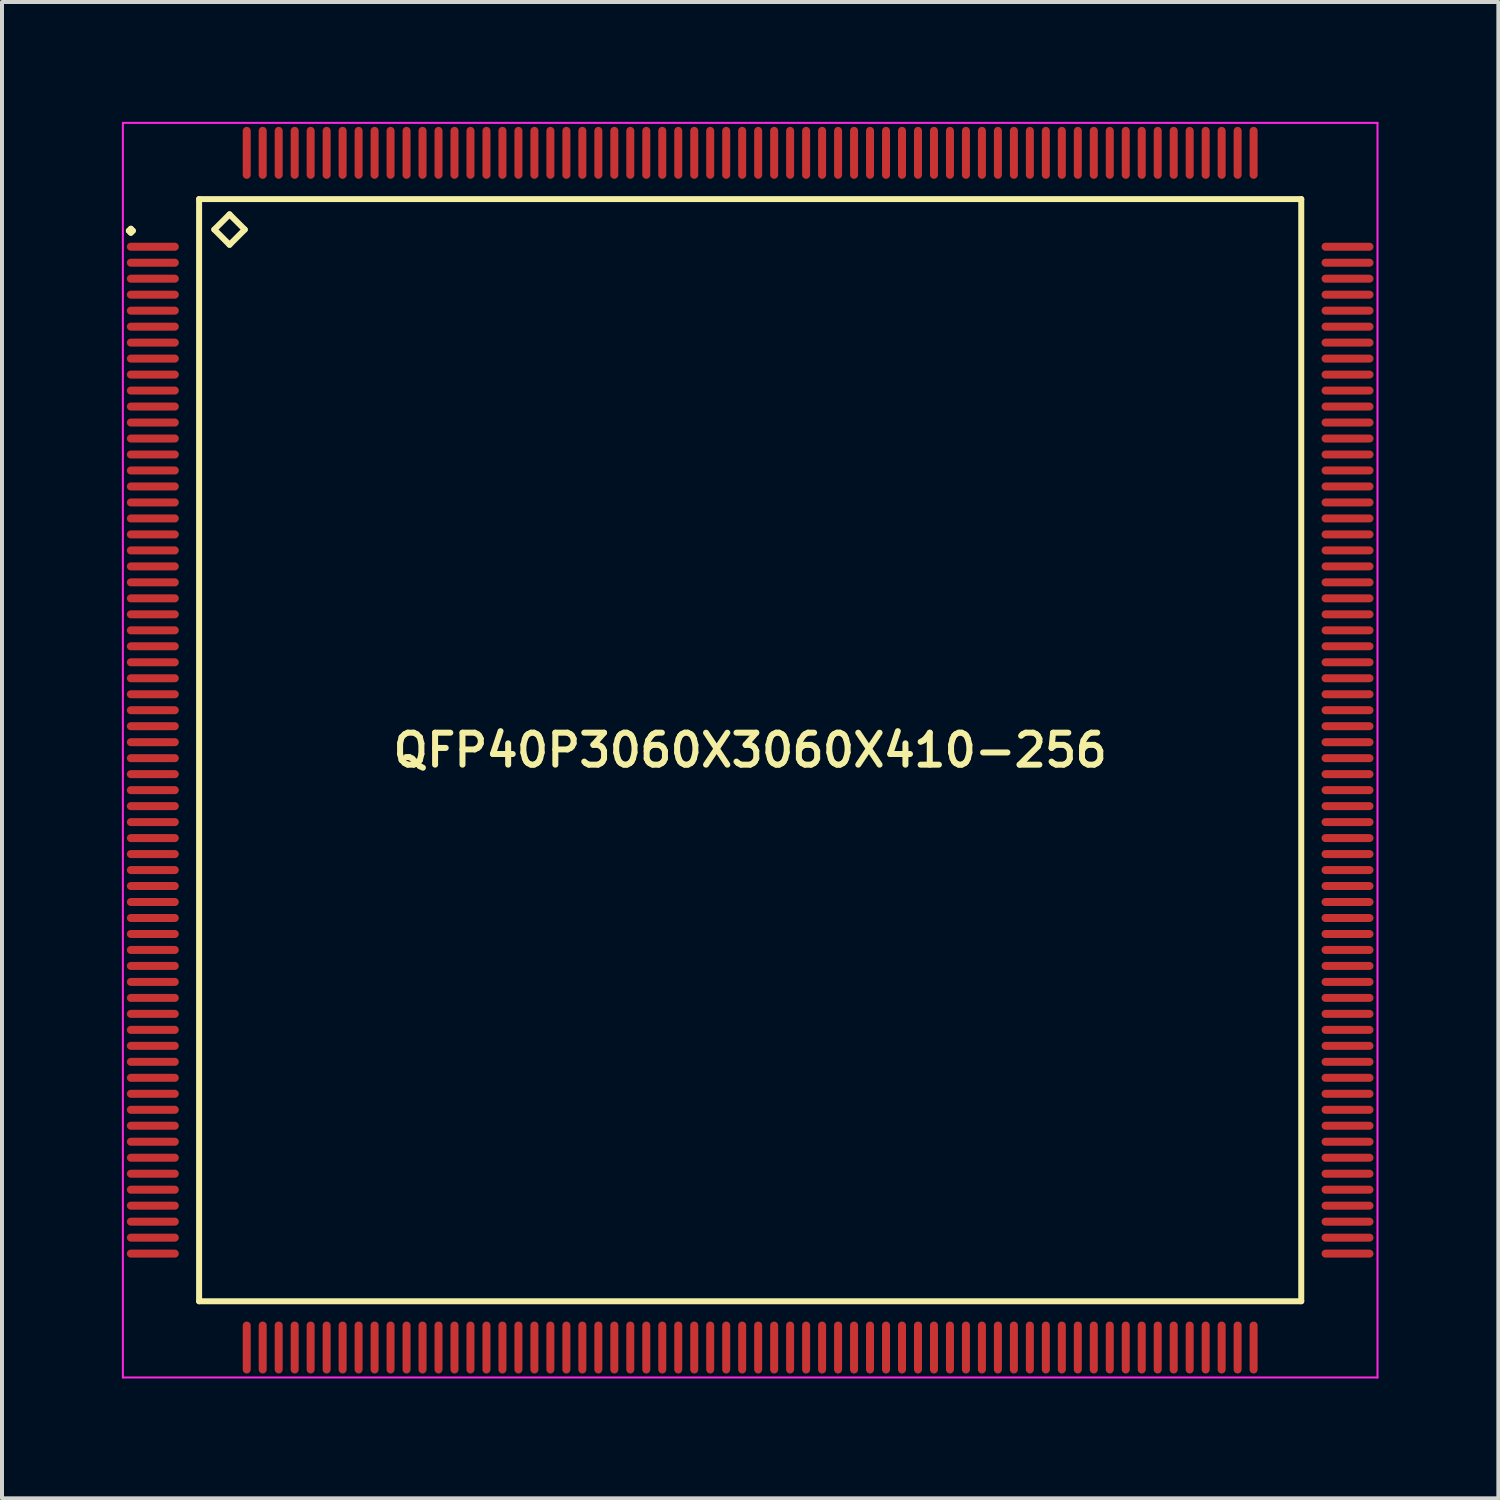
<source format=kicad_pcb>
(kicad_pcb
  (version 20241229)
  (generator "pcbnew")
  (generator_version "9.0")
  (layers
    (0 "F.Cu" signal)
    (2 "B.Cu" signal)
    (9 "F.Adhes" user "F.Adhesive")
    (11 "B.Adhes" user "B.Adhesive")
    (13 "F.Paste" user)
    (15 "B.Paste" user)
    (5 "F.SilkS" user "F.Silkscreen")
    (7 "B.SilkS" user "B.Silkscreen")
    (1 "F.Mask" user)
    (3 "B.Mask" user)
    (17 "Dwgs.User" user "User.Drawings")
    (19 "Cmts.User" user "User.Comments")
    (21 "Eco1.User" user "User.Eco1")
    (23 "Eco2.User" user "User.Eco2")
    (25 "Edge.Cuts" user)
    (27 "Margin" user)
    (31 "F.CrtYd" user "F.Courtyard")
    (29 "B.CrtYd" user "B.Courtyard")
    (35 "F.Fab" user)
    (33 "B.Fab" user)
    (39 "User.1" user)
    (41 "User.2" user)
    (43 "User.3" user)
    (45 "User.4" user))
  (footprint "QFP40P3060X3060X410-256"
    (layer "F.Cu")
    (at 15.725 15.725)
    (property "Reference" "QFP40P3060X3060X410-256" (at 0 0 0) (layer "F.SilkS") (effects (font (size 0.8 0.8) (thickness 0.15))))
    (attr smd)
    (fp_line (start -15.55 -13) (end -15.5 -13.05) (stroke (width 0.15) (type solid)) (layer "F.SilkS"))
    (fp_line (start -15.5 -13.05) (end -15.45 -13) (stroke (width 0.15) (type solid)) (layer "F.SilkS"))
    (fp_line (start -15.5 -12.95) (end -15.55 -13) (stroke (width 0.15) (type solid)) (layer "F.SilkS"))
    (fp_line (start -15.45 -13) (end -15.5 -12.95) (stroke (width 0.15) (type solid)) (layer "F.SilkS"))
    (fp_line (start -13.792 -13.792) (end -13.792 13.792) (stroke (width 0.15) (type solid)) (layer "F.SilkS"))
    (fp_line (start -13.792 13.792) (end 13.792 13.792) (stroke (width 0.15) (type solid)) (layer "F.SilkS"))
    (fp_line (start -13.411 -13.03) (end -13.03 -13.411) (stroke (width 0.15) (type solid)) (layer "F.SilkS"))
    (fp_line (start -13.03 -13.411) (end -12.649 -13.03) (stroke (width 0.15) (type solid)) (layer "F.SilkS"))
    (fp_line (start -13.03 -12.649) (end -13.411 -13.03) (stroke (width 0.15) (type solid)) (layer "F.SilkS"))
    (fp_line (start -12.649 -13.03) (end -13.03 -12.649) (stroke (width 0.15) (type solid)) (layer "F.SilkS"))
    (fp_line (start 13.792 -13.792) (end -13.792 -13.792) (stroke (width 0.15) (type solid)) (layer "F.SilkS"))
    (fp_line (start 13.792 13.792) (end 13.792 -13.792) (stroke (width 0.15) (type solid)) (layer "F.SilkS"))
    (fp_line (start -15.7 -15.7) (end 15.7 -15.7) (stroke (width 0.05) (type solid)) (layer "F.CrtYd"))
    (fp_line (start -15.7 15.7) (end -15.7 -15.7) (stroke (width 0.05) (type solid)) (layer "F.CrtYd"))
    (fp_line (start 15.7 -15.7) (end 15.7 15.7) (stroke (width 0.05) (type solid)) (layer "F.CrtYd"))
    (fp_line (start 15.7 15.7) (end -15.7 15.7) (stroke (width 0.05) (type solid)) (layer "F.CrtYd"))
    (pad "1" smd oval (at -14.95 -12.6) (size 1.3 0.2) (layers "F.Cu" "F.Mask" "F.Paste"))
    (pad "2" smd oval (at -14.95 -12.2) (size 1.3 0.2) (layers "F.Cu" "F.Mask" "F.Paste"))
    (pad "3" smd oval (at -14.95 -11.8) (size 1.3 0.2) (layers "F.Cu" "F.Mask" "F.Paste"))
    (pad "4" smd oval (at -14.95 -11.4) (size 1.3 0.2) (layers "F.Cu" "F.Mask" "F.Paste"))
    (pad "5" smd oval (at -14.95 -11) (size 1.3 0.2) (layers "F.Cu" "F.Mask" "F.Paste"))
    (pad "6" smd oval (at -14.95 -10.6) (size 1.3 0.2) (layers "F.Cu" "F.Mask" "F.Paste"))
    (pad "7" smd oval (at -14.95 -10.2) (size 1.3 0.2) (layers "F.Cu" "F.Mask" "F.Paste"))
    (pad "8" smd oval (at -14.95 -9.8) (size 1.3 0.2) (layers "F.Cu" "F.Mask" "F.Paste"))
    (pad "9" smd oval (at -14.95 -9.4) (size 1.3 0.2) (layers "F.Cu" "F.Mask" "F.Paste"))
    (pad "10" smd oval (at -14.95 -9) (size 1.3 0.2) (layers "F.Cu" "F.Mask" "F.Paste"))
    (pad "11" smd oval (at -14.95 -8.6) (size 1.3 0.2) (layers "F.Cu" "F.Mask" "F.Paste"))
    (pad "12" smd oval (at -14.95 -8.2) (size 1.3 0.2) (layers "F.Cu" "F.Mask" "F.Paste"))
    (pad "13" smd oval (at -14.95 -7.8) (size 1.3 0.2) (layers "F.Cu" "F.Mask" "F.Paste"))
    (pad "14" smd oval (at -14.95 -7.4) (size 1.3 0.2) (layers "F.Cu" "F.Mask" "F.Paste"))
    (pad "15" smd oval (at -14.95 -7) (size 1.3 0.2) (layers "F.Cu" "F.Mask" "F.Paste"))
    (pad "16" smd oval (at -14.95 -6.6) (size 1.3 0.2) (layers "F.Cu" "F.Mask" "F.Paste"))
    (pad "17" smd oval (at -14.95 -6.2) (size 1.3 0.2) (layers "F.Cu" "F.Mask" "F.Paste"))
    (pad "18" smd oval (at -14.95 -5.8) (size 1.3 0.2) (layers "F.Cu" "F.Mask" "F.Paste"))
    (pad "19" smd oval (at -14.95 -5.4) (size 1.3 0.2) (layers "F.Cu" "F.Mask" "F.Paste"))
    (pad "20" smd oval (at -14.95 -5) (size 1.3 0.2) (layers "F.Cu" "F.Mask" "F.Paste"))
    (pad "21" smd oval (at -14.95 -4.6) (size 1.3 0.2) (layers "F.Cu" "F.Mask" "F.Paste"))
    (pad "22" smd oval (at -14.95 -4.2) (size 1.3 0.2) (layers "F.Cu" "F.Mask" "F.Paste"))
    (pad "23" smd oval (at -14.95 -3.8) (size 1.3 0.2) (layers "F.Cu" "F.Mask" "F.Paste"))
    (pad "24" smd oval (at -14.95 -3.4) (size 1.3 0.2) (layers "F.Cu" "F.Mask" "F.Paste"))
    (pad "25" smd oval (at -14.95 -3) (size 1.3 0.2) (layers "F.Cu" "F.Mask" "F.Paste"))
    (pad "26" smd oval (at -14.95 -2.6) (size 1.3 0.2) (layers "F.Cu" "F.Mask" "F.Paste"))
    (pad "27" smd oval (at -14.95 -2.2) (size 1.3 0.2) (layers "F.Cu" "F.Mask" "F.Paste"))
    (pad "28" smd oval (at -14.95 -1.8) (size 1.3 0.2) (layers "F.Cu" "F.Mask" "F.Paste"))
    (pad "29" smd oval (at -14.95 -1.4) (size 1.3 0.2) (layers "F.Cu" "F.Mask" "F.Paste"))
    (pad "30" smd oval (at -14.95 -1) (size 1.3 0.2) (layers "F.Cu" "F.Mask" "F.Paste"))
    (pad "31" smd oval (at -14.95 -0.6) (size 1.3 0.2) (layers "F.Cu" "F.Mask" "F.Paste"))
    (pad "32" smd oval (at -14.95 -0.2) (size 1.3 0.2) (layers "F.Cu" "F.Mask" "F.Paste"))
    (pad "33" smd oval (at -14.95 0.2) (size 1.3 0.2) (layers "F.Cu" "F.Mask" "F.Paste"))
    (pad "34" smd oval (at -14.95 0.6) (size 1.3 0.2) (layers "F.Cu" "F.Mask" "F.Paste"))
    (pad "35" smd oval (at -14.95 1) (size 1.3 0.2) (layers "F.Cu" "F.Mask" "F.Paste"))
    (pad "36" smd oval (at -14.95 1.4) (size 1.3 0.2) (layers "F.Cu" "F.Mask" "F.Paste"))
    (pad "37" smd oval (at -14.95 1.8) (size 1.3 0.2) (layers "F.Cu" "F.Mask" "F.Paste"))
    (pad "38" smd oval (at -14.95 2.2) (size 1.3 0.2) (layers "F.Cu" "F.Mask" "F.Paste"))
    (pad "39" smd oval (at -14.95 2.6) (size 1.3 0.2) (layers "F.Cu" "F.Mask" "F.Paste"))
    (pad "40" smd oval (at -14.95 3) (size 1.3 0.2) (layers "F.Cu" "F.Mask" "F.Paste"))
    (pad "41" smd oval (at -14.95 3.4) (size 1.3 0.2) (layers "F.Cu" "F.Mask" "F.Paste"))
    (pad "42" smd oval (at -14.95 3.8) (size 1.3 0.2) (layers "F.Cu" "F.Mask" "F.Paste"))
    (pad "43" smd oval (at -14.95 4.2) (size 1.3 0.2) (layers "F.Cu" "F.Mask" "F.Paste"))
    (pad "44" smd oval (at -14.95 4.6) (size 1.3 0.2) (layers "F.Cu" "F.Mask" "F.Paste"))
    (pad "45" smd oval (at -14.95 5) (size 1.3 0.2) (layers "F.Cu" "F.Mask" "F.Paste"))
    (pad "46" smd oval (at -14.95 5.4) (size 1.3 0.2) (layers "F.Cu" "F.Mask" "F.Paste"))
    (pad "47" smd oval (at -14.95 5.8) (size 1.3 0.2) (layers "F.Cu" "F.Mask" "F.Paste"))
    (pad "48" smd oval (at -14.95 6.2) (size 1.3 0.2) (layers "F.Cu" "F.Mask" "F.Paste"))
    (pad "49" smd oval (at -14.95 6.6) (size 1.3 0.2) (layers "F.Cu" "F.Mask" "F.Paste"))
    (pad "50" smd oval (at -14.95 7) (size 1.3 0.2) (layers "F.Cu" "F.Mask" "F.Paste"))
    (pad "51" smd oval (at -14.95 7.4) (size 1.3 0.2) (layers "F.Cu" "F.Mask" "F.Paste"))
    (pad "52" smd oval (at -14.95 7.8) (size 1.3 0.2) (layers "F.Cu" "F.Mask" "F.Paste"))
    (pad "53" smd oval (at -14.95 8.2) (size 1.3 0.2) (layers "F.Cu" "F.Mask" "F.Paste"))
    (pad "54" smd oval (at -14.95 8.6) (size 1.3 0.2) (layers "F.Cu" "F.Mask" "F.Paste"))
    (pad "55" smd oval (at -14.95 9) (size 1.3 0.2) (layers "F.Cu" "F.Mask" "F.Paste"))
    (pad "56" smd oval (at -14.95 9.4) (size 1.3 0.2) (layers "F.Cu" "F.Mask" "F.Paste"))
    (pad "57" smd oval (at -14.95 9.8) (size 1.3 0.2) (layers "F.Cu" "F.Mask" "F.Paste"))
    (pad "58" smd oval (at -14.95 10.2) (size 1.3 0.2) (layers "F.Cu" "F.Mask" "F.Paste"))
    (pad "59" smd oval (at -14.95 10.6) (size 1.3 0.2) (layers "F.Cu" "F.Mask" "F.Paste"))
    (pad "60" smd oval (at -14.95 11) (size 1.3 0.2) (layers "F.Cu" "F.Mask" "F.Paste"))
    (pad "61" smd oval (at -14.95 11.4) (size 1.3 0.2) (layers "F.Cu" "F.Mask" "F.Paste"))
    (pad "62" smd oval (at -14.95 11.8) (size 1.3 0.2) (layers "F.Cu" "F.Mask" "F.Paste"))
    (pad "63" smd oval (at -14.95 12.2) (size 1.3 0.2) (layers "F.Cu" "F.Mask" "F.Paste"))
    (pad "64" smd oval (at -14.95 12.6) (size 1.3 0.2) (layers "F.Cu" "F.Mask" "F.Paste"))
    (pad "65" smd oval (at -12.6 14.95) (size 0.2 1.3) (layers "F.Cu" "F.Mask" "F.Paste"))
    (pad "66" smd oval (at -12.2 14.95) (size 0.2 1.3) (layers "F.Cu" "F.Mask" "F.Paste"))
    (pad "67" smd oval (at -11.8 14.95) (size 0.2 1.3) (layers "F.Cu" "F.Mask" "F.Paste"))
    (pad "68" smd oval (at -11.4 14.95) (size 0.2 1.3) (layers "F.Cu" "F.Mask" "F.Paste"))
    (pad "69" smd oval (at -11 14.95) (size 0.2 1.3) (layers "F.Cu" "F.Mask" "F.Paste"))
    (pad "70" smd oval (at -10.6 14.95) (size 0.2 1.3) (layers "F.Cu" "F.Mask" "F.Paste"))
    (pad "71" smd oval (at -10.2 14.95) (size 0.2 1.3) (layers "F.Cu" "F.Mask" "F.Paste"))
    (pad "72" smd oval (at -9.8 14.95) (size 0.2 1.3) (layers "F.Cu" "F.Mask" "F.Paste"))
    (pad "73" smd oval (at -9.4 14.95) (size 0.2 1.3) (layers "F.Cu" "F.Mask" "F.Paste"))
    (pad "74" smd oval (at -9 14.95) (size 0.2 1.3) (layers "F.Cu" "F.Mask" "F.Paste"))
    (pad "75" smd oval (at -8.6 14.95) (size 0.2 1.3) (layers "F.Cu" "F.Mask" "F.Paste"))
    (pad "76" smd oval (at -8.2 14.95) (size 0.2 1.3) (layers "F.Cu" "F.Mask" "F.Paste"))
    (pad "77" smd oval (at -7.8 14.95) (size 0.2 1.3) (layers "F.Cu" "F.Mask" "F.Paste"))
    (pad "78" smd oval (at -7.4 14.95) (size 0.2 1.3) (layers "F.Cu" "F.Mask" "F.Paste"))
    (pad "79" smd oval (at -7 14.95) (size 0.2 1.3) (layers "F.Cu" "F.Mask" "F.Paste"))
    (pad "80" smd oval (at -6.6 14.95) (size 0.2 1.3) (layers "F.Cu" "F.Mask" "F.Paste"))
    (pad "81" smd oval (at -6.2 14.95) (size 0.2 1.3) (layers "F.Cu" "F.Mask" "F.Paste"))
    (pad "82" smd oval (at -5.8 14.95) (size 0.2 1.3) (layers "F.Cu" "F.Mask" "F.Paste"))
    (pad "83" smd oval (at -5.4 14.95) (size 0.2 1.3) (layers "F.Cu" "F.Mask" "F.Paste"))
    (pad "84" smd oval (at -5 14.95) (size 0.2 1.3) (layers "F.Cu" "F.Mask" "F.Paste"))
    (pad "85" smd oval (at -4.6 14.95) (size 0.2 1.3) (layers "F.Cu" "F.Mask" "F.Paste"))
    (pad "86" smd oval (at -4.2 14.95) (size 0.2 1.3) (layers "F.Cu" "F.Mask" "F.Paste"))
    (pad "87" smd oval (at -3.8 14.95) (size 0.2 1.3) (layers "F.Cu" "F.Mask" "F.Paste"))
    (pad "88" smd oval (at -3.4 14.95) (size 0.2 1.3) (layers "F.Cu" "F.Mask" "F.Paste"))
    (pad "89" smd oval (at -3 14.95) (size 0.2 1.3) (layers "F.Cu" "F.Mask" "F.Paste"))
    (pad "90" smd oval (at -2.6 14.95) (size 0.2 1.3) (layers "F.Cu" "F.Mask" "F.Paste"))
    (pad "91" smd oval (at -2.2 14.95) (size 0.2 1.3) (layers "F.Cu" "F.Mask" "F.Paste"))
    (pad "92" smd oval (at -1.8 14.95) (size 0.2 1.3) (layers "F.Cu" "F.Mask" "F.Paste"))
    (pad "93" smd oval (at -1.4 14.95) (size 0.2 1.3) (layers "F.Cu" "F.Mask" "F.Paste"))
    (pad "94" smd oval (at -1 14.95) (size 0.2 1.3) (layers "F.Cu" "F.Mask" "F.Paste"))
    (pad "95" smd oval (at -0.6 14.95) (size 0.2 1.3) (layers "F.Cu" "F.Mask" "F.Paste"))
    (pad "96" smd oval (at -0.2 14.95) (size 0.2 1.3) (layers "F.Cu" "F.Mask" "F.Paste"))
    (pad "97" smd oval (at 0.2 14.95) (size 0.2 1.3) (layers "F.Cu" "F.Mask" "F.Paste"))
    (pad "98" smd oval (at 0.6 14.95) (size 0.2 1.3) (layers "F.Cu" "F.Mask" "F.Paste"))
    (pad "99" smd oval (at 1 14.95) (size 0.2 1.3) (layers "F.Cu" "F.Mask" "F.Paste"))
    (pad "100" smd oval (at 1.4 14.95) (size 0.2 1.3) (layers "F.Cu" "F.Mask" "F.Paste"))
    (pad "101" smd oval (at 1.8 14.95) (size 0.2 1.3) (layers "F.Cu" "F.Mask" "F.Paste"))
    (pad "102" smd oval (at 2.2 14.95) (size 0.2 1.3) (layers "F.Cu" "F.Mask" "F.Paste"))
    (pad "103" smd oval (at 2.6 14.95) (size 0.2 1.3) (layers "F.Cu" "F.Mask" "F.Paste"))
    (pad "104" smd oval (at 3 14.95) (size 0.2 1.3) (layers "F.Cu" "F.Mask" "F.Paste"))
    (pad "105" smd oval (at 3.4 14.95) (size 0.2 1.3) (layers "F.Cu" "F.Mask" "F.Paste"))
    (pad "106" smd oval (at 3.8 14.95) (size 0.2 1.3) (layers "F.Cu" "F.Mask" "F.Paste"))
    (pad "107" smd oval (at 4.2 14.95) (size 0.2 1.3) (layers "F.Cu" "F.Mask" "F.Paste"))
    (pad "108" smd oval (at 4.6 14.95) (size 0.2 1.3) (layers "F.Cu" "F.Mask" "F.Paste"))
    (pad "109" smd oval (at 5 14.95) (size 0.2 1.3) (layers "F.Cu" "F.Mask" "F.Paste"))
    (pad "110" smd oval (at 5.4 14.95) (size 0.2 1.3) (layers "F.Cu" "F.Mask" "F.Paste"))
    (pad "111" smd oval (at 5.8 14.95) (size 0.2 1.3) (layers "F.Cu" "F.Mask" "F.Paste"))
    (pad "112" smd oval (at 6.2 14.95) (size 0.2 1.3) (layers "F.Cu" "F.Mask" "F.Paste"))
    (pad "113" smd oval (at 6.6 14.95) (size 0.2 1.3) (layers "F.Cu" "F.Mask" "F.Paste"))
    (pad "114" smd oval (at 7 14.95) (size 0.2 1.3) (layers "F.Cu" "F.Mask" "F.Paste"))
    (pad "115" smd oval (at 7.4 14.95) (size 0.2 1.3) (layers "F.Cu" "F.Mask" "F.Paste"))
    (pad "116" smd oval (at 7.8 14.95) (size 0.2 1.3) (layers "F.Cu" "F.Mask" "F.Paste"))
    (pad "117" smd oval (at 8.2 14.95) (size 0.2 1.3) (layers "F.Cu" "F.Mask" "F.Paste"))
    (pad "118" smd oval (at 8.6 14.95) (size 0.2 1.3) (layers "F.Cu" "F.Mask" "F.Paste"))
    (pad "119" smd oval (at 9 14.95) (size 0.2 1.3) (layers "F.Cu" "F.Mask" "F.Paste"))
    (pad "120" smd oval (at 9.4 14.95) (size 0.2 1.3) (layers "F.Cu" "F.Mask" "F.Paste"))
    (pad "121" smd oval (at 9.8 14.95) (size 0.2 1.3) (layers "F.Cu" "F.Mask" "F.Paste"))
    (pad "122" smd oval (at 10.2 14.95) (size 0.2 1.3) (layers "F.Cu" "F.Mask" "F.Paste"))
    (pad "123" smd oval (at 10.6 14.95) (size 0.2 1.3) (layers "F.Cu" "F.Mask" "F.Paste"))
    (pad "124" smd oval (at 11 14.95) (size 0.2 1.3) (layers "F.Cu" "F.Mask" "F.Paste"))
    (pad "125" smd oval (at 11.4 14.95) (size 0.2 1.3) (layers "F.Cu" "F.Mask" "F.Paste"))
    (pad "126" smd oval (at 11.8 14.95) (size 0.2 1.3) (layers "F.Cu" "F.Mask" "F.Paste"))
    (pad "127" smd oval (at 12.2 14.95) (size 0.2 1.3) (layers "F.Cu" "F.Mask" "F.Paste"))
    (pad "128" smd oval (at 12.6 14.95) (size 0.2 1.3) (layers "F.Cu" "F.Mask" "F.Paste"))
    (pad "129" smd oval (at 14.95 12.6) (size 1.3 0.2) (layers "F.Cu" "F.Mask" "F.Paste"))
    (pad "130" smd oval (at 14.95 12.2) (size 1.3 0.2) (layers "F.Cu" "F.Mask" "F.Paste"))
    (pad "131" smd oval (at 14.95 11.8) (size 1.3 0.2) (layers "F.Cu" "F.Mask" "F.Paste"))
    (pad "132" smd oval (at 14.95 11.4) (size 1.3 0.2) (layers "F.Cu" "F.Mask" "F.Paste"))
    (pad "133" smd oval (at 14.95 11) (size 1.3 0.2) (layers "F.Cu" "F.Mask" "F.Paste"))
    (pad "134" smd oval (at 14.95 10.6) (size 1.3 0.2) (layers "F.Cu" "F.Mask" "F.Paste"))
    (pad "135" smd oval (at 14.95 10.2) (size 1.3 0.2) (layers "F.Cu" "F.Mask" "F.Paste"))
    (pad "136" smd oval (at 14.95 9.8) (size 1.3 0.2) (layers "F.Cu" "F.Mask" "F.Paste"))
    (pad "137" smd oval (at 14.95 9.4) (size 1.3 0.2) (layers "F.Cu" "F.Mask" "F.Paste"))
    (pad "138" smd oval (at 14.95 9) (size 1.3 0.2) (layers "F.Cu" "F.Mask" "F.Paste"))
    (pad "139" smd oval (at 14.95 8.6) (size 1.3 0.2) (layers "F.Cu" "F.Mask" "F.Paste"))
    (pad "140" smd oval (at 14.95 8.2) (size 1.3 0.2) (layers "F.Cu" "F.Mask" "F.Paste"))
    (pad "141" smd oval (at 14.95 7.8) (size 1.3 0.2) (layers "F.Cu" "F.Mask" "F.Paste"))
    (pad "142" smd oval (at 14.95 7.4) (size 1.3 0.2) (layers "F.Cu" "F.Mask" "F.Paste"))
    (pad "143" smd oval (at 14.95 7) (size 1.3 0.2) (layers "F.Cu" "F.Mask" "F.Paste"))
    (pad "144" smd oval (at 14.95 6.6) (size 1.3 0.2) (layers "F.Cu" "F.Mask" "F.Paste"))
    (pad "145" smd oval (at 14.95 6.2) (size 1.3 0.2) (layers "F.Cu" "F.Mask" "F.Paste"))
    (pad "146" smd oval (at 14.95 5.8) (size 1.3 0.2) (layers "F.Cu" "F.Mask" "F.Paste"))
    (pad "147" smd oval (at 14.95 5.4) (size 1.3 0.2) (layers "F.Cu" "F.Mask" "F.Paste"))
    (pad "148" smd oval (at 14.95 5) (size 1.3 0.2) (layers "F.Cu" "F.Mask" "F.Paste"))
    (pad "149" smd oval (at 14.95 4.6) (size 1.3 0.2) (layers "F.Cu" "F.Mask" "F.Paste"))
    (pad "150" smd oval (at 14.95 4.2) (size 1.3 0.2) (layers "F.Cu" "F.Mask" "F.Paste"))
    (pad "151" smd oval (at 14.95 3.8) (size 1.3 0.2) (layers "F.Cu" "F.Mask" "F.Paste"))
    (pad "152" smd oval (at 14.95 3.4) (size 1.3 0.2) (layers "F.Cu" "F.Mask" "F.Paste"))
    (pad "153" smd oval (at 14.95 3) (size 1.3 0.2) (layers "F.Cu" "F.Mask" "F.Paste"))
    (pad "154" smd oval (at 14.95 2.6) (size 1.3 0.2) (layers "F.Cu" "F.Mask" "F.Paste"))
    (pad "155" smd oval (at 14.95 2.2) (size 1.3 0.2) (layers "F.Cu" "F.Mask" "F.Paste"))
    (pad "156" smd oval (at 14.95 1.8) (size 1.3 0.2) (layers "F.Cu" "F.Mask" "F.Paste"))
    (pad "157" smd oval (at 14.95 1.4) (size 1.3 0.2) (layers "F.Cu" "F.Mask" "F.Paste"))
    (pad "158" smd oval (at 14.95 1) (size 1.3 0.2) (layers "F.Cu" "F.Mask" "F.Paste"))
    (pad "159" smd oval (at 14.95 0.6) (size 1.3 0.2) (layers "F.Cu" "F.Mask" "F.Paste"))
    (pad "160" smd oval (at 14.95 0.2) (size 1.3 0.2) (layers "F.Cu" "F.Mask" "F.Paste"))
    (pad "161" smd oval (at 14.95 -0.2) (size 1.3 0.2) (layers "F.Cu" "F.Mask" "F.Paste"))
    (pad "162" smd oval (at 14.95 -0.6) (size 1.3 0.2) (layers "F.Cu" "F.Mask" "F.Paste"))
    (pad "163" smd oval (at 14.95 -1) (size 1.3 0.2) (layers "F.Cu" "F.Mask" "F.Paste"))
    (pad "164" smd oval (at 14.95 -1.4) (size 1.3 0.2) (layers "F.Cu" "F.Mask" "F.Paste"))
    (pad "165" smd oval (at 14.95 -1.8) (size 1.3 0.2) (layers "F.Cu" "F.Mask" "F.Paste"))
    (pad "166" smd oval (at 14.95 -2.2) (size 1.3 0.2) (layers "F.Cu" "F.Mask" "F.Paste"))
    (pad "167" smd oval (at 14.95 -2.6) (size 1.3 0.2) (layers "F.Cu" "F.Mask" "F.Paste"))
    (pad "168" smd oval (at 14.95 -3) (size 1.3 0.2) (layers "F.Cu" "F.Mask" "F.Paste"))
    (pad "169" smd oval (at 14.95 -3.4) (size 1.3 0.2) (layers "F.Cu" "F.Mask" "F.Paste"))
    (pad "170" smd oval (at 14.95 -3.8) (size 1.3 0.2) (layers "F.Cu" "F.Mask" "F.Paste"))
    (pad "171" smd oval (at 14.95 -4.2) (size 1.3 0.2) (layers "F.Cu" "F.Mask" "F.Paste"))
    (pad "172" smd oval (at 14.95 -4.6) (size 1.3 0.2) (layers "F.Cu" "F.Mask" "F.Paste"))
    (pad "173" smd oval (at 14.95 -5) (size 1.3 0.2) (layers "F.Cu" "F.Mask" "F.Paste"))
    (pad "174" smd oval (at 14.95 -5.4) (size 1.3 0.2) (layers "F.Cu" "F.Mask" "F.Paste"))
    (pad "175" smd oval (at 14.95 -5.8) (size 1.3 0.2) (layers "F.Cu" "F.Mask" "F.Paste"))
    (pad "176" smd oval (at 14.95 -6.2) (size 1.3 0.2) (layers "F.Cu" "F.Mask" "F.Paste"))
    (pad "177" smd oval (at 14.95 -6.6) (size 1.3 0.2) (layers "F.Cu" "F.Mask" "F.Paste"))
    (pad "178" smd oval (at 14.95 -7) (size 1.3 0.2) (layers "F.Cu" "F.Mask" "F.Paste"))
    (pad "179" smd oval (at 14.95 -7.4) (size 1.3 0.2) (layers "F.Cu" "F.Mask" "F.Paste"))
    (pad "180" smd oval (at 14.95 -7.8) (size 1.3 0.2) (layers "F.Cu" "F.Mask" "F.Paste"))
    (pad "181" smd oval (at 14.95 -8.2) (size 1.3 0.2) (layers "F.Cu" "F.Mask" "F.Paste"))
    (pad "182" smd oval (at 14.95 -8.6) (size 1.3 0.2) (layers "F.Cu" "F.Mask" "F.Paste"))
    (pad "183" smd oval (at 14.95 -9) (size 1.3 0.2) (layers "F.Cu" "F.Mask" "F.Paste"))
    (pad "184" smd oval (at 14.95 -9.4) (size 1.3 0.2) (layers "F.Cu" "F.Mask" "F.Paste"))
    (pad "185" smd oval (at 14.95 -9.8) (size 1.3 0.2) (layers "F.Cu" "F.Mask" "F.Paste"))
    (pad "186" smd oval (at 14.95 -10.2) (size 1.3 0.2) (layers "F.Cu" "F.Mask" "F.Paste"))
    (pad "187" smd oval (at 14.95 -10.6) (size 1.3 0.2) (layers "F.Cu" "F.Mask" "F.Paste"))
    (pad "188" smd oval (at 14.95 -11) (size 1.3 0.2) (layers "F.Cu" "F.Mask" "F.Paste"))
    (pad "189" smd oval (at 14.95 -11.4) (size 1.3 0.2) (layers "F.Cu" "F.Mask" "F.Paste"))
    (pad "190" smd oval (at 14.95 -11.8) (size 1.3 0.2) (layers "F.Cu" "F.Mask" "F.Paste"))
    (pad "191" smd oval (at 14.95 -12.2) (size 1.3 0.2) (layers "F.Cu" "F.Mask" "F.Paste"))
    (pad "192" smd oval (at 14.95 -12.6) (size 1.3 0.2) (layers "F.Cu" "F.Mask" "F.Paste"))
    (pad "193" smd oval (at 12.6 -14.95) (size 0.2 1.3) (layers "F.Cu" "F.Mask" "F.Paste"))
    (pad "194" smd oval (at 12.2 -14.95) (size 0.2 1.3) (layers "F.Cu" "F.Mask" "F.Paste"))
    (pad "195" smd oval (at 11.8 -14.95) (size 0.2 1.3) (layers "F.Cu" "F.Mask" "F.Paste"))
    (pad "196" smd oval (at 11.4 -14.95) (size 0.2 1.3) (layers "F.Cu" "F.Mask" "F.Paste"))
    (pad "197" smd oval (at 11 -14.95) (size 0.2 1.3) (layers "F.Cu" "F.Mask" "F.Paste"))
    (pad "198" smd oval (at 10.6 -14.95) (size 0.2 1.3) (layers "F.Cu" "F.Mask" "F.Paste"))
    (pad "199" smd oval (at 10.2 -14.95) (size 0.2 1.3) (layers "F.Cu" "F.Mask" "F.Paste"))
    (pad "200" smd oval (at 9.8 -14.95) (size 0.2 1.3) (layers "F.Cu" "F.Mask" "F.Paste"))
    (pad "201" smd oval (at 9.4 -14.95) (size 0.2 1.3) (layers "F.Cu" "F.Mask" "F.Paste"))
    (pad "202" smd oval (at 9 -14.95) (size 0.2 1.3) (layers "F.Cu" "F.Mask" "F.Paste"))
    (pad "203" smd oval (at 8.6 -14.95) (size 0.2 1.3) (layers "F.Cu" "F.Mask" "F.Paste"))
    (pad "204" smd oval (at 8.2 -14.95) (size 0.2 1.3) (layers "F.Cu" "F.Mask" "F.Paste"))
    (pad "205" smd oval (at 7.8 -14.95) (size 0.2 1.3) (layers "F.Cu" "F.Mask" "F.Paste"))
    (pad "206" smd oval (at 7.4 -14.95) (size 0.2 1.3) (layers "F.Cu" "F.Mask" "F.Paste"))
    (pad "207" smd oval (at 7 -14.95) (size 0.2 1.3) (layers "F.Cu" "F.Mask" "F.Paste"))
    (pad "208" smd oval (at 6.6 -14.95) (size 0.2 1.3) (layers "F.Cu" "F.Mask" "F.Paste"))
    (pad "209" smd oval (at 6.2 -14.95) (size 0.2 1.3) (layers "F.Cu" "F.Mask" "F.Paste"))
    (pad "210" smd oval (at 5.8 -14.95) (size 0.2 1.3) (layers "F.Cu" "F.Mask" "F.Paste"))
    (pad "211" smd oval (at 5.4 -14.95) (size 0.2 1.3) (layers "F.Cu" "F.Mask" "F.Paste"))
    (pad "212" smd oval (at 5 -14.95) (size 0.2 1.3) (layers "F.Cu" "F.Mask" "F.Paste"))
    (pad "213" smd oval (at 4.6 -14.95) (size 0.2 1.3) (layers "F.Cu" "F.Mask" "F.Paste"))
    (pad "214" smd oval (at 4.2 -14.95) (size 0.2 1.3) (layers "F.Cu" "F.Mask" "F.Paste"))
    (pad "215" smd oval (at 3.8 -14.95) (size 0.2 1.3) (layers "F.Cu" "F.Mask" "F.Paste"))
    (pad "216" smd oval (at 3.4 -14.95) (size 0.2 1.3) (layers "F.Cu" "F.Mask" "F.Paste"))
    (pad "217" smd oval (at 3 -14.95) (size 0.2 1.3) (layers "F.Cu" "F.Mask" "F.Paste"))
    (pad "218" smd oval (at 2.6 -14.95) (size 0.2 1.3) (layers "F.Cu" "F.Mask" "F.Paste"))
    (pad "219" smd oval (at 2.2 -14.95) (size 0.2 1.3) (layers "F.Cu" "F.Mask" "F.Paste"))
    (pad "220" smd oval (at 1.8 -14.95) (size 0.2 1.3) (layers "F.Cu" "F.Mask" "F.Paste"))
    (pad "221" smd oval (at 1.4 -14.95) (size 0.2 1.3) (layers "F.Cu" "F.Mask" "F.Paste"))
    (pad "222" smd oval (at 1 -14.95) (size 0.2 1.3) (layers "F.Cu" "F.Mask" "F.Paste"))
    (pad "223" smd oval (at 0.6 -14.95) (size 0.2 1.3) (layers "F.Cu" "F.Mask" "F.Paste"))
    (pad "224" smd oval (at 0.2 -14.95) (size 0.2 1.3) (layers "F.Cu" "F.Mask" "F.Paste"))
    (pad "225" smd oval (at -0.2 -14.95) (size 0.2 1.3) (layers "F.Cu" "F.Mask" "F.Paste"))
    (pad "226" smd oval (at -0.6 -14.95) (size 0.2 1.3) (layers "F.Cu" "F.Mask" "F.Paste"))
    (pad "227" smd oval (at -1 -14.95) (size 0.2 1.3) (layers "F.Cu" "F.Mask" "F.Paste"))
    (pad "228" smd oval (at -1.4 -14.95) (size 0.2 1.3) (layers "F.Cu" "F.Mask" "F.Paste"))
    (pad "229" smd oval (at -1.8 -14.95) (size 0.2 1.3) (layers "F.Cu" "F.Mask" "F.Paste"))
    (pad "230" smd oval (at -2.2 -14.95) (size 0.2 1.3) (layers "F.Cu" "F.Mask" "F.Paste"))
    (pad "231" smd oval (at -2.6 -14.95) (size 0.2 1.3) (layers "F.Cu" "F.Mask" "F.Paste"))
    (pad "232" smd oval (at -3 -14.95) (size 0.2 1.3) (layers "F.Cu" "F.Mask" "F.Paste"))
    (pad "233" smd oval (at -3.4 -14.95) (size 0.2 1.3) (layers "F.Cu" "F.Mask" "F.Paste"))
    (pad "234" smd oval (at -3.8 -14.95) (size 0.2 1.3) (layers "F.Cu" "F.Mask" "F.Paste"))
    (pad "235" smd oval (at -4.2 -14.95) (size 0.2 1.3) (layers "F.Cu" "F.Mask" "F.Paste"))
    (pad "236" smd oval (at -4.6 -14.95) (size 0.2 1.3) (layers "F.Cu" "F.Mask" "F.Paste"))
    (pad "237" smd oval (at -5 -14.95) (size 0.2 1.3) (layers "F.Cu" "F.Mask" "F.Paste"))
    (pad "238" smd oval (at -5.4 -14.95) (size 0.2 1.3) (layers "F.Cu" "F.Mask" "F.Paste"))
    (pad "239" smd oval (at -5.8 -14.95) (size 0.2 1.3) (layers "F.Cu" "F.Mask" "F.Paste"))
    (pad "240" smd oval (at -6.2 -14.95) (size 0.2 1.3) (layers "F.Cu" "F.Mask" "F.Paste"))
    (pad "241" smd oval (at -6.6 -14.95) (size 0.2 1.3) (layers "F.Cu" "F.Mask" "F.Paste"))
    (pad "242" smd oval (at -7 -14.95) (size 0.2 1.3) (layers "F.Cu" "F.Mask" "F.Paste"))
    (pad "243" smd oval (at -7.4 -14.95) (size 0.2 1.3) (layers "F.Cu" "F.Mask" "F.Paste"))
    (pad "244" smd oval (at -7.8 -14.95) (size 0.2 1.3) (layers "F.Cu" "F.Mask" "F.Paste"))
    (pad "245" smd oval (at -8.2 -14.95) (size 0.2 1.3) (layers "F.Cu" "F.Mask" "F.Paste"))
    (pad "246" smd oval (at -8.6 -14.95) (size 0.2 1.3) (layers "F.Cu" "F.Mask" "F.Paste"))
    (pad "247" smd oval (at -9 -14.95) (size 0.2 1.3) (layers "F.Cu" "F.Mask" "F.Paste"))
    (pad "248" smd oval (at -9.4 -14.95) (size 0.2 1.3) (layers "F.Cu" "F.Mask" "F.Paste"))
    (pad "249" smd oval (at -9.8 -14.95) (size 0.2 1.3) (layers "F.Cu" "F.Mask" "F.Paste"))
    (pad "250" smd oval (at -10.2 -14.95) (size 0.2 1.3) (layers "F.Cu" "F.Mask" "F.Paste"))
    (pad "251" smd oval (at -10.6 -14.95) (size 0.2 1.3) (layers "F.Cu" "F.Mask" "F.Paste"))
    (pad "252" smd oval (at -11 -14.95) (size 0.2 1.3) (layers "F.Cu" "F.Mask" "F.Paste"))
    (pad "253" smd oval (at -11.4 -14.95) (size 0.2 1.3) (layers "F.Cu" "F.Mask" "F.Paste"))
    (pad "254" smd oval (at -11.8 -14.95) (size 0.2 1.3) (layers "F.Cu" "F.Mask" "F.Paste"))
    (pad "255" smd oval (at -12.2 -14.95) (size 0.2 1.3) (layers "F.Cu" "F.Mask" "F.Paste"))
    (pad "256" smd oval (at -12.6 -14.95) (size 0.2 1.3) (layers "F.Cu" "F.Mask" "F.Paste")))
  (gr_rect
    (start -3 -3)
    (end 34.45 34.45)
    (stroke (width 0.1) (type default))
    (fill no)
    (layer "Edge.Cuts")))
</source>
